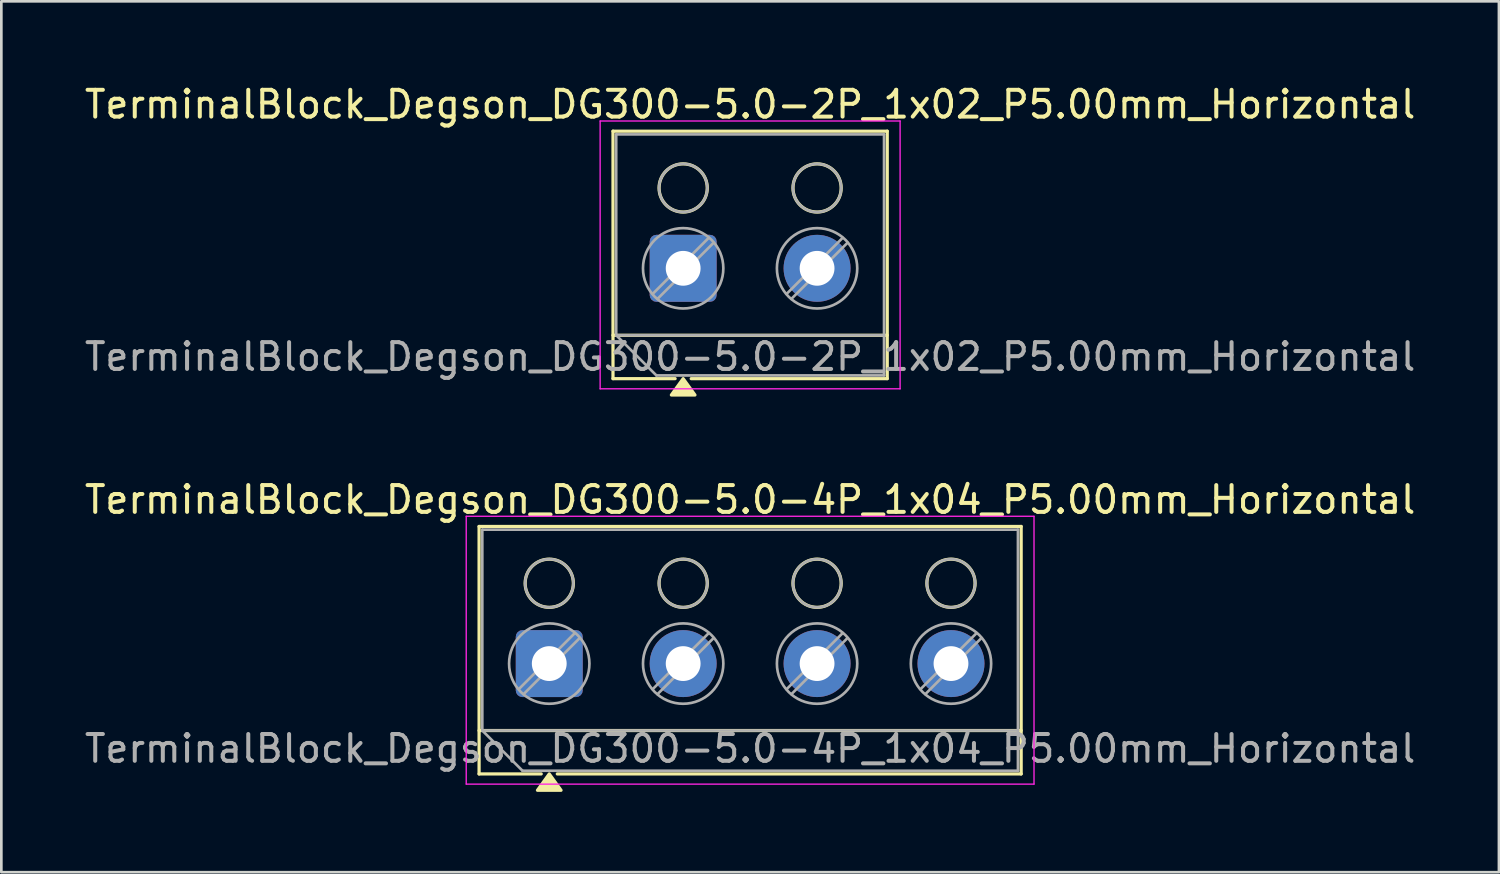
<source format=kicad_pcb>
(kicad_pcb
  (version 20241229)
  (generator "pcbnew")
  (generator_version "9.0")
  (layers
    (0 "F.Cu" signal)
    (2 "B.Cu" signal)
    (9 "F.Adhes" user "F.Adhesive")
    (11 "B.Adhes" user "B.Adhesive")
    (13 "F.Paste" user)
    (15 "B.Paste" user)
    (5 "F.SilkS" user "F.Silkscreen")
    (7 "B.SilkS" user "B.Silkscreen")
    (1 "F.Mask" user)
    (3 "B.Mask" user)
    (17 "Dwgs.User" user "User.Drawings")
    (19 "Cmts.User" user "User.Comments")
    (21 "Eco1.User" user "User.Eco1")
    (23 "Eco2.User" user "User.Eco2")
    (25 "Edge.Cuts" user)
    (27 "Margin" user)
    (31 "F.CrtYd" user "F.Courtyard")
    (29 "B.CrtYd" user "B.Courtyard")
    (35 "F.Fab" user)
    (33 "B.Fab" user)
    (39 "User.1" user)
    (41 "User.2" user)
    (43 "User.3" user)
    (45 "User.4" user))
  (footprint "TerminalBlock_Degson_DG300-5.0-2P_1x02_P5.00mm_Horizontal"
    (layer "F.Cu")
    (at 22.458 6.968)
    (property "Reference" "TerminalBlock_Degson_DG300-5.0-2P_1x02_P5.00mm_Horizontal" (at 2.5 -6.12 0) (layer "F.SilkS") (effects (font (size 1 1) (thickness 0.15))))
    (attr through_hole)
    (fp_line (start -2.62 -5.12) (end -2.62 4.12) (stroke (width 0.12) (type solid)) (layer "F.SilkS"))
    (fp_line (start -2.62 -5.12) (end 7.62 -5.12) (stroke (width 0.12) (type solid)) (layer "F.SilkS"))
    (fp_line (start -2.62 2.5) (end 7.62 2.5) (stroke (width 0.12) (type solid)) (layer "F.SilkS"))
    (fp_line (start -2.62 4.12) (end -0.3 4.12) (stroke (width 0.12) (type solid)) (layer "F.SilkS"))
    (fp_line (start 0.3 4.12) (end 7.62 4.12) (stroke (width 0.12) (type solid)) (layer "F.SilkS"))
    (fp_line (start 7.62 -5.12) (end 7.62 4.12) (stroke (width 0.12) (type solid)) (layer "F.SilkS"))
    (fp_circle (center 0 -3) (end 0.9 -3) (stroke (width 0.12) (type solid)) (fill no) (layer "F.SilkS"))
    (fp_circle (center 5 -3) (end 5.9 -3) (stroke (width 0.12) (type solid)) (fill no) (layer "F.SilkS"))
    (fp_poly (pts (xy 0 4.12) (xy 0.44 4.73) (xy -0.44 4.73)) (stroke (width 0.12) (type solid)) (fill yes) (layer "F.SilkS"))
    (fp_line (start -3.1 -5.5) (end -3.1 4.5) (stroke (width 0.05) (type solid)) (layer "F.CrtYd"))
    (fp_line (start -3.1 4.5) (end 8.1 4.5) (stroke (width 0.05) (type solid)) (layer "F.CrtYd"))
    (fp_line (start 8.1 -5.5) (end -3.1 -5.5) (stroke (width 0.05) (type solid)) (layer "F.CrtYd"))
    (fp_line (start 8.1 4.5) (end 8.1 -5.5) (stroke (width 0.05) (type solid)) (layer "F.CrtYd"))
    (fp_line (start -2.5 -5) (end 7.5 -5) (stroke (width 0.1) (type solid)) (layer "F.Fab"))
    (fp_line (start -2.5 2.5) (end -2.5 -5) (stroke (width 0.1) (type solid)) (layer "F.Fab"))
    (fp_line (start -2.5 2.5) (end 7.5 2.5) (stroke (width 0.1) (type solid)) (layer "F.Fab"))
    (fp_line (start -1 4) (end -2.5 2.5) (stroke (width 0.1) (type solid)) (layer "F.Fab"))
    (fp_line (start 0.955 -1.138) (end -1.138 0.955) (stroke (width 0.1) (type solid)) (layer "F.Fab"))
    (fp_line (start 1.138 -0.955) (end -0.955 1.138) (stroke (width 0.1) (type solid)) (layer "F.Fab"))
    (fp_line (start 5.955 -1.138) (end 3.862 0.955) (stroke (width 0.1) (type solid)) (layer "F.Fab"))
    (fp_line (start 6.138 -0.955) (end 4.045 1.138) (stroke (width 0.1) (type solid)) (layer "F.Fab"))
    (fp_line (start 7.5 -5) (end 7.5 4) (stroke (width 0.1) (type solid)) (layer "F.Fab"))
    (fp_line (start 7.5 4) (end -1 4) (stroke (width 0.1) (type solid)) (layer "F.Fab"))
    (fp_circle (center 0 -3) (end 0.9 -3) (stroke (width 0.1) (type solid)) (fill no) (layer "F.Fab"))
    (fp_circle (center 0 0) (end 1.5 0) (stroke (width 0.1) (type solid)) (fill no) (layer "F.Fab"))
    (fp_circle (center 5 -3) (end 5.9 -3) (stroke (width 0.1) (type solid)) (fill no) (layer "F.Fab"))
    (fp_circle (center 5 0) (end 6.5 0) (stroke (width 0.1) (type solid)) (fill no) (layer "F.Fab"))
    (fp_text user "${REFERENCE}" (at 2.5 3.302 0) (layer "F.Fab") (effects (font (size 1 1) (thickness 0.15))))
    (pad "1" thru_hole roundrect (at 0 0) (size 2.5 2.5) (drill 1.3) (layers "*.Cu" "*.Mask") (roundrect_rratio 0.1))
    (pad "2" thru_hole circle (at 5 0) (size 2.5 2.5) (drill 1.3) (layers "*.Cu" "*.Mask")))
  (footprint "TerminalBlock_Degson_DG300-5.0-4P_1x04_P5.00mm_Horizontal"
    (layer "F.Cu")
    (at 17.458 21.727)
    (property "Reference" "TerminalBlock_Degson_DG300-5.0-4P_1x04_P5.00mm_Horizontal" (at 7.5 -6.12 0) (layer "F.SilkS") (effects (font (size 1 1) (thickness 0.15))))
    (attr through_hole)
    (fp_line (start -2.62 -5.12) (end -2.62 4.12) (stroke (width 0.12) (type solid)) (layer "F.SilkS"))
    (fp_line (start -2.62 -5.12) (end 17.62 -5.12) (stroke (width 0.12) (type solid)) (layer "F.SilkS"))
    (fp_line (start -2.62 2.5) (end 17.62 2.5) (stroke (width 0.12) (type solid)) (layer "F.SilkS"))
    (fp_line (start -2.62 4.12) (end -0.3 4.12) (stroke (width 0.12) (type solid)) (layer "F.SilkS"))
    (fp_line (start 0.3 4.12) (end 17.62 4.12) (stroke (width 0.12) (type solid)) (layer "F.SilkS"))
    (fp_line (start 17.62 -5.12) (end 17.62 4.12) (stroke (width 0.12) (type solid)) (layer "F.SilkS"))
    (fp_circle (center 0 -3) (end 0.9 -3) (stroke (width 0.12) (type solid)) (fill no) (layer "F.SilkS"))
    (fp_circle (center 5 -3) (end 5.9 -3) (stroke (width 0.12) (type solid)) (fill no) (layer "F.SilkS"))
    (fp_circle (center 10 -3) (end 10.9 -3) (stroke (width 0.12) (type solid)) (fill no) (layer "F.SilkS"))
    (fp_circle (center 15 -3) (end 15.9 -3) (stroke (width 0.12) (type solid)) (fill no) (layer "F.SilkS"))
    (fp_poly (pts (xy 0 4.12) (xy 0.44 4.73) (xy -0.44 4.73)) (stroke (width 0.12) (type solid)) (fill yes) (layer "F.SilkS"))
    (fp_line (start -3.1 -5.5) (end -3.1 4.5) (stroke (width 0.05) (type solid)) (layer "F.CrtYd"))
    (fp_line (start -3.1 4.5) (end 18.1 4.5) (stroke (width 0.05) (type solid)) (layer "F.CrtYd"))
    (fp_line (start 18.1 -5.5) (end -3.1 -5.5) (stroke (width 0.05) (type solid)) (layer "F.CrtYd"))
    (fp_line (start 18.1 4.5) (end 18.1 -5.5) (stroke (width 0.05) (type solid)) (layer "F.CrtYd"))
    (fp_line (start -2.5 -5) (end 17.5 -5) (stroke (width 0.1) (type solid)) (layer "F.Fab"))
    (fp_line (start -2.5 2.5) (end -2.5 -5) (stroke (width 0.1) (type solid)) (layer "F.Fab"))
    (fp_line (start -2.5 2.5) (end 17.5 2.5) (stroke (width 0.1) (type solid)) (layer "F.Fab"))
    (fp_line (start -1 4) (end -2.5 2.5) (stroke (width 0.1) (type solid)) (layer "F.Fab"))
    (fp_line (start 0.955 -1.138) (end -1.138 0.955) (stroke (width 0.1) (type solid)) (layer "F.Fab"))
    (fp_line (start 1.138 -0.955) (end -0.955 1.138) (stroke (width 0.1) (type solid)) (layer "F.Fab"))
    (fp_line (start 5.955 -1.138) (end 3.862 0.955) (stroke (width 0.1) (type solid)) (layer "F.Fab"))
    (fp_line (start 6.138 -0.955) (end 4.045 1.138) (stroke (width 0.1) (type solid)) (layer "F.Fab"))
    (fp_line (start 10.955 -1.138) (end 8.862 0.955) (stroke (width 0.1) (type solid)) (layer "F.Fab"))
    (fp_line (start 11.138 -0.955) (end 9.045 1.138) (stroke (width 0.1) (type solid)) (layer "F.Fab"))
    (fp_line (start 15.955 -1.138) (end 13.862 0.955) (stroke (width 0.1) (type solid)) (layer "F.Fab"))
    (fp_line (start 16.138 -0.955) (end 14.045 1.138) (stroke (width 0.1) (type solid)) (layer "F.Fab"))
    (fp_line (start 17.5 -5) (end 17.5 4) (stroke (width 0.1) (type solid)) (layer "F.Fab"))
    (fp_line (start 17.5 4) (end -1 4) (stroke (width 0.1) (type solid)) (layer "F.Fab"))
    (fp_circle (center 0 -3) (end 0.9 -3) (stroke (width 0.1) (type solid)) (fill no) (layer "F.Fab"))
    (fp_circle (center 0 0) (end 1.5 0) (stroke (width 0.1) (type solid)) (fill no) (layer "F.Fab"))
    (fp_circle (center 5 -3) (end 5.9 -3) (stroke (width 0.1) (type solid)) (fill no) (layer "F.Fab"))
    (fp_circle (center 5 0) (end 6.5 0) (stroke (width 0.1) (type solid)) (fill no) (layer "F.Fab"))
    (fp_circle (center 10 -3) (end 10.9 -3) (stroke (width 0.1) (type solid)) (fill no) (layer "F.Fab"))
    (fp_circle (center 10 0) (end 11.5 0) (stroke (width 0.1) (type solid)) (fill no) (layer "F.Fab"))
    (fp_circle (center 15 -3) (end 15.9 -3) (stroke (width 0.1) (type solid)) (fill no) (layer "F.Fab"))
    (fp_circle (center 15 0) (end 16.5 0) (stroke (width 0.1) (type solid)) (fill no) (layer "F.Fab"))
    (fp_text user "${REFERENCE}" (at 7.5 3.175 0) (layer "F.Fab") (effects (font (size 1 1) (thickness 0.15))))
    (pad "1" thru_hole roundrect (at 0 0) (size 2.5 2.5) (drill 1.3) (layers "*.Cu" "*.Mask") (roundrect_rratio 0.1))
    (pad "2" thru_hole circle (at 5 0) (size 2.5 2.5) (drill 1.3) (layers "*.Cu" "*.Mask"))
    (pad "3" thru_hole circle (at 10 0) (size 2.5 2.5) (drill 1.3) (layers "*.Cu" "*.Mask"))
    (pad "4" thru_hole circle (at 15 0) (size 2.5 2.5) (drill 1.3) (layers "*.Cu" "*.Mask")))
  (gr_rect
    (start -3 -3)
    (end 52.917 29.517)
    (stroke (width 0.1) (type default))
    (fill no)
    (layer "Edge.Cuts")))
</source>
